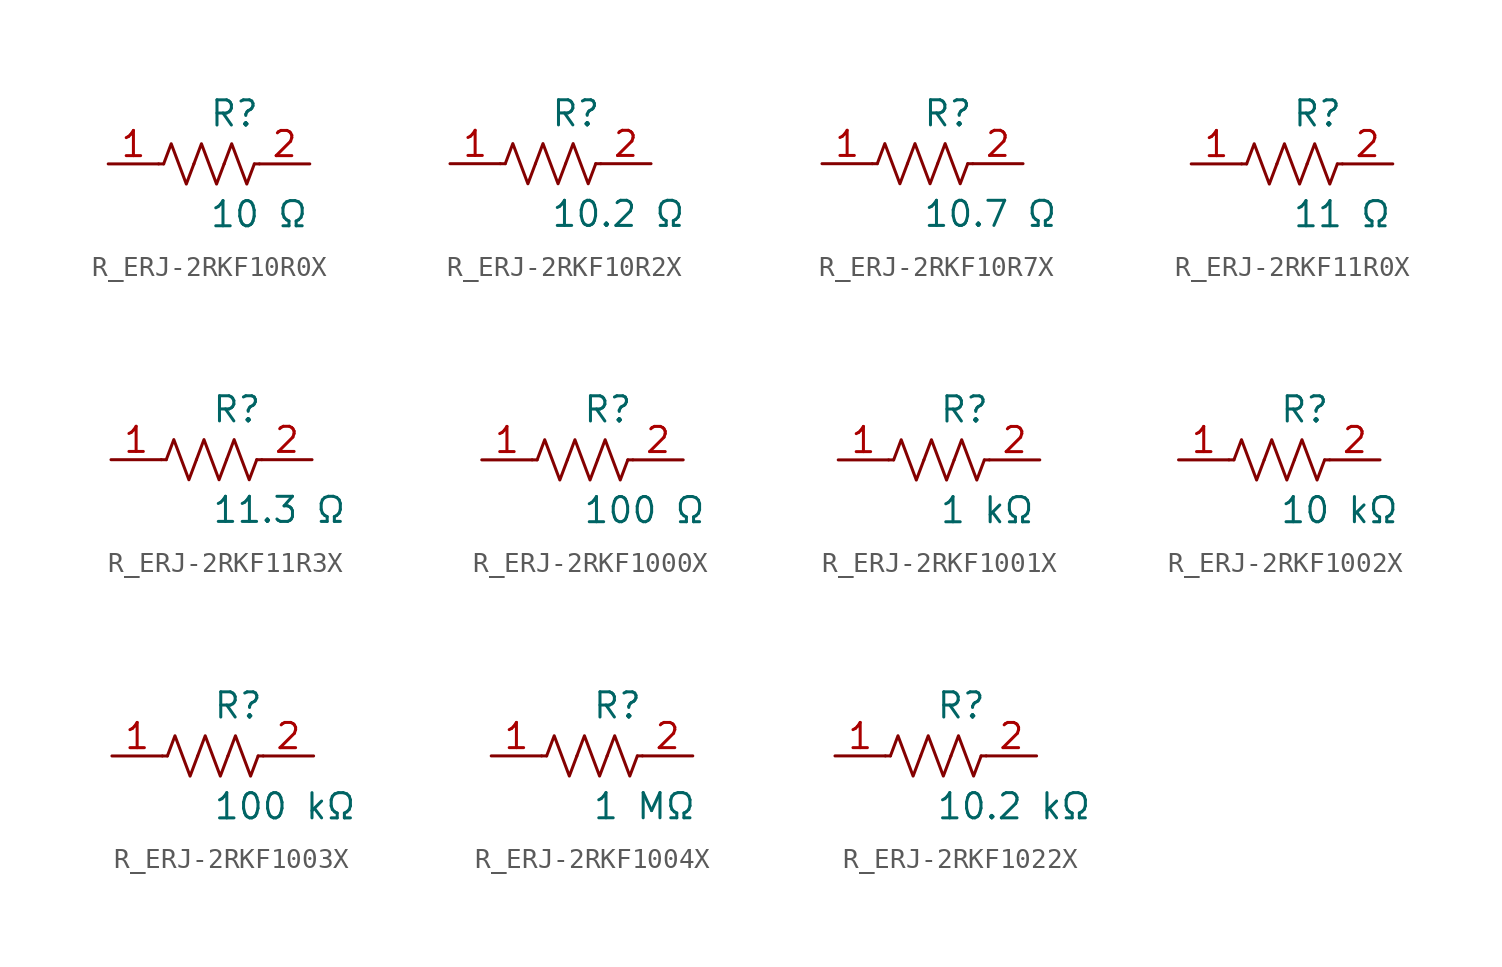
<source format=kicad_sym>
(kicad_symbol_lib
  (version 20231120)
  (generator kicad_symbol_editor)
  (generator_version 8.0)
  (symbol "R_ERJ-2RKF10R0X"
    (pin_names
      (offset 0.254))
    (property "Reference" "R"
      (at 0.0 2.54 0)
      (effects (font (size 1.27 1.27)) (justify left)))
    (property "Value" "10 Ω"
      (at 0.0 -2.54 0)
      (effects (font (size 1.27 1.27)) (justify left)))
    (symbol "R_ERJ-2RKF10R0X_0_1"
      (polyline (pts (xy 2.286 0) (xy 2.54 0)) (stroke (width 0) (type default)) (fill (type none)))
      (polyline (pts (xy -2.286 0) (xy -2.54 0)) (stroke (width 0) (type default)) (fill (type none)))
      (polyline (pts (xy 0.762 0) (xy 1.143 1.016) (xy 1.524 0) (xy 1.905 -1.016) (xy 2.286 0)) (stroke (width 0) (type default)) (fill (type none)))
      (polyline (pts (xy -0.762 0) (xy -0.381 1.016) (xy 0 0) (xy 0.381 -1.016) (xy 0.762 0)) (stroke (width 0) (type default)) (fill (type none)))
      (polyline (pts (xy -2.286 0) (xy -1.905 1.016) (xy -1.524 0) (xy -1.143 -1.016) (xy -0.762 0)) (stroke (width 0) (type default)) (fill (type none))))
    (pin unspecified line
      (at -5.08 0 0)
      (length 2.54)
      (name "" (effects (font (size 1.27 1.27))))
      (number "1" (effects (font (size 1.27 1.27)))))
    (pin unspecified line
      (at 5.08 0 180)
      (length 2.54)
      (name "" (effects (font (size 1.27 1.27))))
      (number "2" (effects (font (size 1.27 1.27))))))
  (symbol "R_ERJ-2RKF10R2X"
    (pin_names
      (offset 0.254))
    (property "Reference" "R"
      (at 0.0 2.54 0)
      (effects (font (size 1.27 1.27)) (justify left)))
    (property "Value" "10.2 Ω"
      (at 0.0 -2.54 0)
      (effects (font (size 1.27 1.27)) (justify left)))
    (symbol "R_ERJ-2RKF10R2X_0_1"
      (polyline (pts (xy 2.286 0) (xy 2.54 0)) (stroke (width 0) (type default)) (fill (type none)))
      (polyline (pts (xy -2.286 0) (xy -2.54 0)) (stroke (width 0) (type default)) (fill (type none)))
      (polyline (pts (xy 0.762 0) (xy 1.143 1.016) (xy 1.524 0) (xy 1.905 -1.016) (xy 2.286 0)) (stroke (width 0) (type default)) (fill (type none)))
      (polyline (pts (xy -0.762 0) (xy -0.381 1.016) (xy 0 0) (xy 0.381 -1.016) (xy 0.762 0)) (stroke (width 0) (type default)) (fill (type none)))
      (polyline (pts (xy -2.286 0) (xy -1.905 1.016) (xy -1.524 0) (xy -1.143 -1.016) (xy -0.762 0)) (stroke (width 0) (type default)) (fill (type none))))
    (pin unspecified line
      (at -5.08 0 0)
      (length 2.54)
      (name "" (effects (font (size 1.27 1.27))))
      (number "1" (effects (font (size 1.27 1.27)))))
    (pin unspecified line
      (at 5.08 0 180)
      (length 2.54)
      (name "" (effects (font (size 1.27 1.27))))
      (number "2" (effects (font (size 1.27 1.27))))))
  (symbol "R_ERJ-2RKF10R7X"
    (pin_names
      (offset 0.254))
    (property "Reference" "R"
      (at 0.0 2.54 0)
      (effects (font (size 1.27 1.27)) (justify left)))
    (property "Value" "10.7 Ω"
      (at 0.0 -2.54 0)
      (effects (font (size 1.27 1.27)) (justify left)))
    (symbol "R_ERJ-2RKF10R7X_0_1"
      (polyline (pts (xy 2.286 0) (xy 2.54 0)) (stroke (width 0) (type default)) (fill (type none)))
      (polyline (pts (xy -2.286 0) (xy -2.54 0)) (stroke (width 0) (type default)) (fill (type none)))
      (polyline (pts (xy 0.762 0) (xy 1.143 1.016) (xy 1.524 0) (xy 1.905 -1.016) (xy 2.286 0)) (stroke (width 0) (type default)) (fill (type none)))
      (polyline (pts (xy -0.762 0) (xy -0.381 1.016) (xy 0 0) (xy 0.381 -1.016) (xy 0.762 0)) (stroke (width 0) (type default)) (fill (type none)))
      (polyline (pts (xy -2.286 0) (xy -1.905 1.016) (xy -1.524 0) (xy -1.143 -1.016) (xy -0.762 0)) (stroke (width 0) (type default)) (fill (type none))))
    (pin unspecified line
      (at -5.08 0 0)
      (length 2.54)
      (name "" (effects (font (size 1.27 1.27))))
      (number "1" (effects (font (size 1.27 1.27)))))
    (pin unspecified line
      (at 5.08 0 180)
      (length 2.54)
      (name "" (effects (font (size 1.27 1.27))))
      (number "2" (effects (font (size 1.27 1.27))))))
  (symbol "R_ERJ-2RKF11R0X"
    (pin_names
      (offset 0.254))
    (property "Reference" "R"
      (at 0.0 2.54 0)
      (effects (font (size 1.27 1.27)) (justify left)))
    (property "Value" "11 Ω"
      (at 0.0 -2.54 0)
      (effects (font (size 1.27 1.27)) (justify left)))
    (symbol "R_ERJ-2RKF11R0X_0_1"
      (polyline (pts (xy 2.286 0) (xy 2.54 0)) (stroke (width 0) (type default)) (fill (type none)))
      (polyline (pts (xy -2.286 0) (xy -2.54 0)) (stroke (width 0) (type default)) (fill (type none)))
      (polyline (pts (xy 0.762 0) (xy 1.143 1.016) (xy 1.524 0) (xy 1.905 -1.016) (xy 2.286 0)) (stroke (width 0) (type default)) (fill (type none)))
      (polyline (pts (xy -0.762 0) (xy -0.381 1.016) (xy 0 0) (xy 0.381 -1.016) (xy 0.762 0)) (stroke (width 0) (type default)) (fill (type none)))
      (polyline (pts (xy -2.286 0) (xy -1.905 1.016) (xy -1.524 0) (xy -1.143 -1.016) (xy -0.762 0)) (stroke (width 0) (type default)) (fill (type none))))
    (pin unspecified line
      (at -5.08 0 0)
      (length 2.54)
      (name "" (effects (font (size 1.27 1.27))))
      (number "1" (effects (font (size 1.27 1.27)))))
    (pin unspecified line
      (at 5.08 0 180)
      (length 2.54)
      (name "" (effects (font (size 1.27 1.27))))
      (number "2" (effects (font (size 1.27 1.27))))))
  (symbol "R_ERJ-2RKF11R3X"
    (pin_names
      (offset 0.254))
    (property "Reference" "R"
      (at 0.0 2.54 0)
      (effects (font (size 1.27 1.27)) (justify left)))
    (property "Value" "11.3 Ω"
      (at 0.0 -2.54 0)
      (effects (font (size 1.27 1.27)) (justify left)))
    (symbol "R_ERJ-2RKF11R3X_0_1"
      (polyline (pts (xy 2.286 0) (xy 2.54 0)) (stroke (width 0) (type default)) (fill (type none)))
      (polyline (pts (xy -2.286 0) (xy -2.54 0)) (stroke (width 0) (type default)) (fill (type none)))
      (polyline (pts (xy 0.762 0) (xy 1.143 1.016) (xy 1.524 0) (xy 1.905 -1.016) (xy 2.286 0)) (stroke (width 0) (type default)) (fill (type none)))
      (polyline (pts (xy -0.762 0) (xy -0.381 1.016) (xy 0 0) (xy 0.381 -1.016) (xy 0.762 0)) (stroke (width 0) (type default)) (fill (type none)))
      (polyline (pts (xy -2.286 0) (xy -1.905 1.016) (xy -1.524 0) (xy -1.143 -1.016) (xy -0.762 0)) (stroke (width 0) (type default)) (fill (type none))))
    (pin unspecified line
      (at -5.08 0 0)
      (length 2.54)
      (name "" (effects (font (size 1.27 1.27))))
      (number "1" (effects (font (size 1.27 1.27)))))
    (pin unspecified line
      (at 5.08 0 180)
      (length 2.54)
      (name "" (effects (font (size 1.27 1.27))))
      (number "2" (effects (font (size 1.27 1.27))))))
  (symbol "R_ERJ-2RKF1000X"
    (pin_names
      (offset 0.254))
    (property "Reference" "R"
      (at 0.0 2.54 0)
      (effects (font (size 1.27 1.27)) (justify left)))
    (property "Value" "100 Ω"
      (at 0.0 -2.54 0)
      (effects (font (size 1.27 1.27)) (justify left)))
    (symbol "R_ERJ-2RKF1000X_0_1"
      (polyline (pts (xy 2.286 0) (xy 2.54 0)) (stroke (width 0) (type default)) (fill (type none)))
      (polyline (pts (xy -2.286 0) (xy -2.54 0)) (stroke (width 0) (type default)) (fill (type none)))
      (polyline (pts (xy 0.762 0) (xy 1.143 1.016) (xy 1.524 0) (xy 1.905 -1.016) (xy 2.286 0)) (stroke (width 0) (type default)) (fill (type none)))
      (polyline (pts (xy -0.762 0) (xy -0.381 1.016) (xy 0 0) (xy 0.381 -1.016) (xy 0.762 0)) (stroke (width 0) (type default)) (fill (type none)))
      (polyline (pts (xy -2.286 0) (xy -1.905 1.016) (xy -1.524 0) (xy -1.143 -1.016) (xy -0.762 0)) (stroke (width 0) (type default)) (fill (type none))))
    (pin unspecified line
      (at -5.08 0 0)
      (length 2.54)
      (name "" (effects (font (size 1.27 1.27))))
      (number "1" (effects (font (size 1.27 1.27)))))
    (pin unspecified line
      (at 5.08 0 180)
      (length 2.54)
      (name "" (effects (font (size 1.27 1.27))))
      (number "2" (effects (font (size 1.27 1.27))))))
  (symbol "R_ERJ-2RKF1001X"
    (pin_names
      (offset 0.254))
    (property "Reference" "R"
      (at 0.0 2.54 0)
      (effects (font (size 1.27 1.27)) (justify left)))
    (property "Value" "1 kΩ"
      (at 0.0 -2.54 0)
      (effects (font (size 1.27 1.27)) (justify left)))
    (symbol "R_ERJ-2RKF1001X_0_1"
      (polyline (pts (xy 2.286 0) (xy 2.54 0)) (stroke (width 0) (type default)) (fill (type none)))
      (polyline (pts (xy -2.286 0) (xy -2.54 0)) (stroke (width 0) (type default)) (fill (type none)))
      (polyline (pts (xy 0.762 0) (xy 1.143 1.016) (xy 1.524 0) (xy 1.905 -1.016) (xy 2.286 0)) (stroke (width 0) (type default)) (fill (type none)))
      (polyline (pts (xy -0.762 0) (xy -0.381 1.016) (xy 0 0) (xy 0.381 -1.016) (xy 0.762 0)) (stroke (width 0) (type default)) (fill (type none)))
      (polyline (pts (xy -2.286 0) (xy -1.905 1.016) (xy -1.524 0) (xy -1.143 -1.016) (xy -0.762 0)) (stroke (width 0) (type default)) (fill (type none))))
    (pin unspecified line
      (at -5.08 0 0)
      (length 2.54)
      (name "" (effects (font (size 1.27 1.27))))
      (number "1" (effects (font (size 1.27 1.27)))))
    (pin unspecified line
      (at 5.08 0 180)
      (length 2.54)
      (name "" (effects (font (size 1.27 1.27))))
      (number "2" (effects (font (size 1.27 1.27))))))
  (symbol "R_ERJ-2RKF1002X"
    (pin_names
      (offset 0.254))
    (property "Reference" "R"
      (at 0.0 2.54 0)
      (effects (font (size 1.27 1.27)) (justify left)))
    (property "Value" "10 kΩ"
      (at 0.0 -2.54 0)
      (effects (font (size 1.27 1.27)) (justify left)))
    (symbol "R_ERJ-2RKF1002X_0_1"
      (polyline (pts (xy 2.286 0) (xy 2.54 0)) (stroke (width 0) (type default)) (fill (type none)))
      (polyline (pts (xy -2.286 0) (xy -2.54 0)) (stroke (width 0) (type default)) (fill (type none)))
      (polyline (pts (xy 0.762 0) (xy 1.143 1.016) (xy 1.524 0) (xy 1.905 -1.016) (xy 2.286 0)) (stroke (width 0) (type default)) (fill (type none)))
      (polyline (pts (xy -0.762 0) (xy -0.381 1.016) (xy 0 0) (xy 0.381 -1.016) (xy 0.762 0)) (stroke (width 0) (type default)) (fill (type none)))
      (polyline (pts (xy -2.286 0) (xy -1.905 1.016) (xy -1.524 0) (xy -1.143 -1.016) (xy -0.762 0)) (stroke (width 0) (type default)) (fill (type none))))
    (pin unspecified line
      (at -5.08 0 0)
      (length 2.54)
      (name "" (effects (font (size 1.27 1.27))))
      (number "1" (effects (font (size 1.27 1.27)))))
    (pin unspecified line
      (at 5.08 0 180)
      (length 2.54)
      (name "" (effects (font (size 1.27 1.27))))
      (number "2" (effects (font (size 1.27 1.27))))))
  (symbol "R_ERJ-2RKF1003X"
    (pin_names
      (offset 0.254))
    (property "Reference" "R"
      (at 0.0 2.54 0)
      (effects (font (size 1.27 1.27)) (justify left)))
    (property "Value" "100 kΩ"
      (at 0.0 -2.54 0)
      (effects (font (size 1.27 1.27)) (justify left)))
    (symbol "R_ERJ-2RKF1003X_0_1"
      (polyline (pts (xy 2.286 0) (xy 2.54 0)) (stroke (width 0) (type default)) (fill (type none)))
      (polyline (pts (xy -2.286 0) (xy -2.54 0)) (stroke (width 0) (type default)) (fill (type none)))
      (polyline (pts (xy 0.762 0) (xy 1.143 1.016) (xy 1.524 0) (xy 1.905 -1.016) (xy 2.286 0)) (stroke (width 0) (type default)) (fill (type none)))
      (polyline (pts (xy -0.762 0) (xy -0.381 1.016) (xy 0 0) (xy 0.381 -1.016) (xy 0.762 0)) (stroke (width 0) (type default)) (fill (type none)))
      (polyline (pts (xy -2.286 0) (xy -1.905 1.016) (xy -1.524 0) (xy -1.143 -1.016) (xy -0.762 0)) (stroke (width 0) (type default)) (fill (type none))))
    (pin unspecified line
      (at -5.08 0 0)
      (length 2.54)
      (name "" (effects (font (size 1.27 1.27))))
      (number "1" (effects (font (size 1.27 1.27)))))
    (pin unspecified line
      (at 5.08 0 180)
      (length 2.54)
      (name "" (effects (font (size 1.27 1.27))))
      (number "2" (effects (font (size 1.27 1.27))))))
  (symbol "R_ERJ-2RKF1004X"
    (pin_names
      (offset 0.254))
    (property "Reference" "R"
      (at 0.0 2.54 0)
      (effects (font (size 1.27 1.27)) (justify left)))
    (property "Value" "1 MΩ"
      (at 0.0 -2.54 0)
      (effects (font (size 1.27 1.27)) (justify left)))
    (symbol "R_ERJ-2RKF1004X_0_1"
      (polyline (pts (xy 2.286 0) (xy 2.54 0)) (stroke (width 0) (type default)) (fill (type none)))
      (polyline (pts (xy -2.286 0) (xy -2.54 0)) (stroke (width 0) (type default)) (fill (type none)))
      (polyline (pts (xy 0.762 0) (xy 1.143 1.016) (xy 1.524 0) (xy 1.905 -1.016) (xy 2.286 0)) (stroke (width 0) (type default)) (fill (type none)))
      (polyline (pts (xy -0.762 0) (xy -0.381 1.016) (xy 0 0) (xy 0.381 -1.016) (xy 0.762 0)) (stroke (width 0) (type default)) (fill (type none)))
      (polyline (pts (xy -2.286 0) (xy -1.905 1.016) (xy -1.524 0) (xy -1.143 -1.016) (xy -0.762 0)) (stroke (width 0) (type default)) (fill (type none))))
    (pin unspecified line
      (at -5.08 0 0)
      (length 2.54)
      (name "" (effects (font (size 1.27 1.27))))
      (number "1" (effects (font (size 1.27 1.27)))))
    (pin unspecified line
      (at 5.08 0 180)
      (length 2.54)
      (name "" (effects (font (size 1.27 1.27))))
      (number "2" (effects (font (size 1.27 1.27))))))
  (symbol "R_ERJ-2RKF1022X"
    (pin_names
      (offset 0.254))
    (property "Reference" "R"
      (at 0.0 2.54 0)
      (effects (font (size 1.27 1.27)) (justify left)))
    (property "Value" "10.2 kΩ"
      (at 0.0 -2.54 0)
      (effects (font (size 1.27 1.27)) (justify left)))
    (symbol "R_ERJ-2RKF1022X_0_1"
      (polyline (pts (xy 2.286 0) (xy 2.54 0)) (stroke (width 0) (type default)) (fill (type none)))
      (polyline (pts (xy -2.286 0) (xy -2.54 0)) (stroke (width 0) (type default)) (fill (type none)))
      (polyline (pts (xy 0.762 0) (xy 1.143 1.016) (xy 1.524 0) (xy 1.905 -1.016) (xy 2.286 0)) (stroke (width 0) (type default)) (fill (type none)))
      (polyline (pts (xy -0.762 0) (xy -0.381 1.016) (xy 0 0) (xy 0.381 -1.016) (xy 0.762 0)) (stroke (width 0) (type default)) (fill (type none)))
      (polyline (pts (xy -2.286 0) (xy -1.905 1.016) (xy -1.524 0) (xy -1.143 -1.016) (xy -0.762 0)) (stroke (width 0) (type default)) (fill (type none))))
    (pin unspecified line
      (at -5.08 0 0)
      (length 2.54)
      (name "" (effects (font (size 1.27 1.27))))
      (number "1" (effects (font (size 1.27 1.27)))))
    (pin unspecified line
      (at 5.08 0 180)
      (length 2.54)
      (name "" (effects (font (size 1.27 1.27))))
      (number "2" (effects (font (size 1.27 1.27)))))))
</source>
